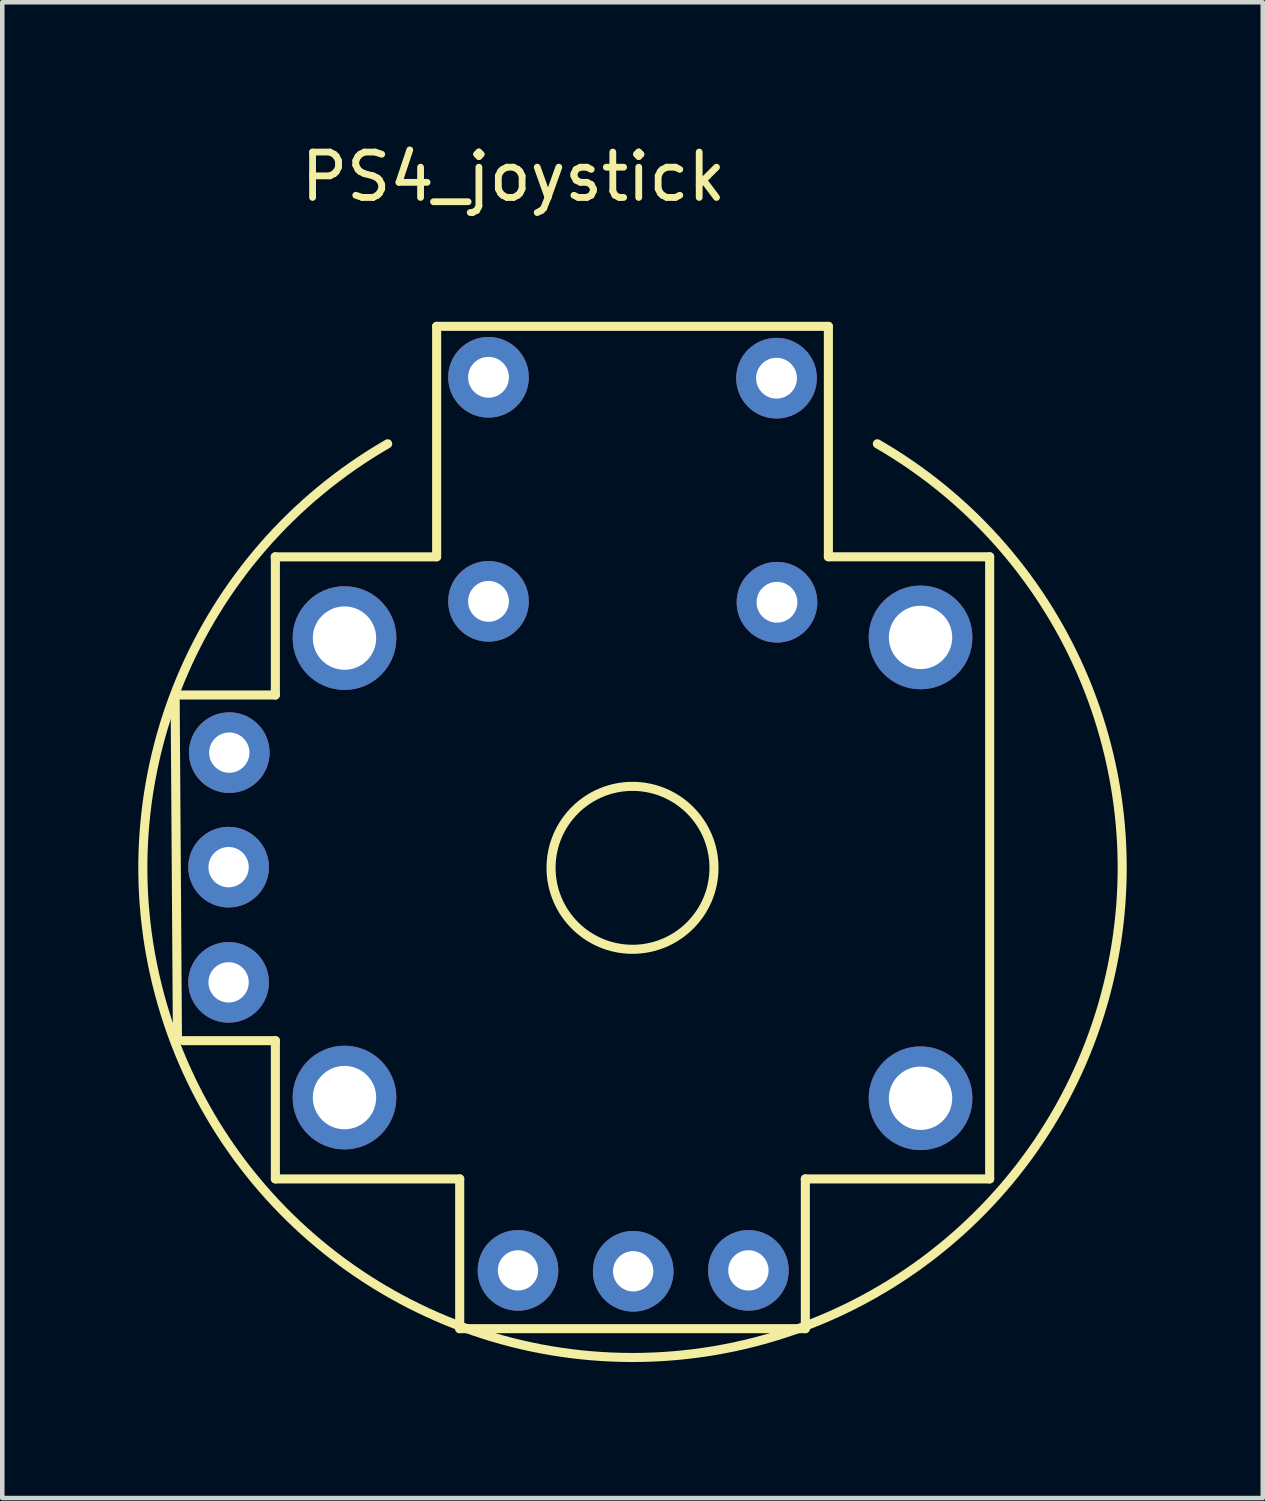
<source format=kicad_pcb>
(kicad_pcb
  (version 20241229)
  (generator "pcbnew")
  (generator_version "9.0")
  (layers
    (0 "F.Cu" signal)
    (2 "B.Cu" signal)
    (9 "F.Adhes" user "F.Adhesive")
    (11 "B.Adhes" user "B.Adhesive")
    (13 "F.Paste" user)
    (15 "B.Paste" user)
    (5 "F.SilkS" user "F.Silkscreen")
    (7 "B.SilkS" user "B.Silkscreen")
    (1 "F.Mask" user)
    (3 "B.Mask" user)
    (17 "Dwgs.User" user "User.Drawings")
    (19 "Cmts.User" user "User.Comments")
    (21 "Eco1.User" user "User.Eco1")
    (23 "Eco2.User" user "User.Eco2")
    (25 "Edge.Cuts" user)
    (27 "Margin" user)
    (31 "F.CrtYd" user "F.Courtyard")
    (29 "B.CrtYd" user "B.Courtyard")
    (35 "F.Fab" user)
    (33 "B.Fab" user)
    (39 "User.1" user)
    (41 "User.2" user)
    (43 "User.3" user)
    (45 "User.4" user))
  (footprint "PS4_joystick"
    (layer "F.Cu")
    (at 10.895 16.083)
    (property "Reference" "PS4_joystick" (at -2.625 -15.235 0) (layer "F.SilkS") (effects (font (size 1 1) (thickness 0.15))))
    (attr through_hole)
    (fp_line (start -10.084 -3.81) (end -7.874 -3.81) (stroke (width 0.2) (type solid)) (layer "F.SilkS"))
    (fp_line (start -10.033 3.81) (end -10.084 -3.81) (stroke (width 0.2) (type solid)) (layer "F.SilkS"))
    (fp_line (start -7.878 -6.856) (end -4.322 -6.856) (stroke (width 0.2) (type solid)) (layer "F.SilkS"))
    (fp_line (start -7.874 -3.81) (end -7.874 -6.858) (stroke (width 0.2) (type solid)) (layer "F.SilkS"))
    (fp_line (start -7.874 3.81) (end -9.906 3.81) (stroke (width 0.2) (type solid)) (layer "F.SilkS"))
    (fp_line (start -7.874 6.858) (end -7.874 3.81) (stroke (width 0.2) (type solid)) (layer "F.SilkS"))
    (fp_line (start -4.318 -11.938) (end -4.318 -6.858) (stroke (width 0.2) (type solid)) (layer "F.SilkS"))
    (fp_line (start -4.318 -11.938) (end 4.318 -11.938) (stroke (width 0.2) (type solid)) (layer "F.SilkS"))
    (fp_line (start -3.81 6.858) (end -7.874 6.858) (stroke (width 0.2) (type solid)) (layer "F.SilkS"))
    (fp_line (start -3.81 10.16) (end -3.81 6.858) (stroke (width 0.2) (type solid)) (layer "F.SilkS"))
    (fp_line (start 3.81 6.858) (end 3.81 10.16) (stroke (width 0.2) (type solid)) (layer "F.SilkS"))
    (fp_line (start 3.81 10.16) (end -3.81 10.16) (stroke (width 0.2) (type solid)) (layer "F.SilkS"))
    (fp_line (start 4.318 -11.938) (end 4.318 -6.858) (stroke (width 0.2) (type solid)) (layer "F.SilkS"))
    (fp_line (start 4.318 -6.858) (end 7.874 -6.858) (stroke (width 0.2) (type solid)) (layer "F.SilkS"))
    (fp_line (start 7.874 -6.858) (end 7.874 6.858) (stroke (width 0.2) (type solid)) (layer "F.SilkS"))
    (fp_line (start 7.874 6.858) (end 3.81 6.858) (stroke (width 0.2) (type solid)) (layer "F.SilkS"))
    (fp_arc (start 5.3975 -9.348749) (mid 0 10.794995) (end -5.3975 -9.348749) (stroke (width 0.2) (type solid)) (layer "F.SilkS"))
    (fp_circle (center 0 0) (end 1.796 0) (stroke (width 0.2) (type solid)) (fill no) (layer "F.SilkS"))
    (fp_line (start -9.906 3.81) (end -10.033 3.81) (stroke (width 0.2) (type solid)) (layer "Eco1.User"))
    (fp_line (start -4.318 -11.938) (end -4.318 -11.938) (stroke (width 0.2) (type solid)) (layer "Eco1.User"))
    (fp_circle (center -8.89 -2.54) (end -8.445 -2.54) (stroke (width 0.2) (type solid)) (fill no) (layer "Eco1.User"))
    (fp_circle (center -8.89 -2.54) (end -8.42 -2.54) (stroke (width 0.2) (type solid)) (fill no) (layer "Eco1.User"))
    (fp_circle (center -8.89 -2.54) (end -8.42 -2.54) (stroke (width 0.2) (type solid)) (fill no) (layer "Eco1.User"))
    (fp_circle (center -8.89 -2.54) (end -8.001 -2.54) (stroke (width 0.2) (type solid)) (fill no) (layer "Eco1.User"))
    (fp_circle (center -8.89 -2.54) (end -7.95 -2.54) (stroke (width 0.2) (type solid)) (fill no) (layer "Eco1.User"))
    (fp_circle (center -8.89 -2.54) (end -7.95 -2.54) (stroke (width 0.2) (type solid)) (fill no) (layer "Eco1.User"))
    (fp_circle (center -8.89 0) (end -8.445 0) (stroke (width 0.2) (type solid)) (fill no) (layer "Eco1.User"))
    (fp_circle (center -8.89 0) (end -8.42 0) (stroke (width 0.2) (type solid)) (fill no) (layer "Eco1.User"))
    (fp_circle (center -8.89 0) (end -8.42 0) (stroke (width 0.2) (type solid)) (fill no) (layer "Eco1.User"))
    (fp_circle (center -8.89 0) (end -8.001 0) (stroke (width 0.2) (type solid)) (fill no) (layer "Eco1.User"))
    (fp_circle (center -8.89 0) (end -7.95 0) (stroke (width 0.2) (type solid)) (fill no) (layer "Eco1.User"))
    (fp_circle (center -8.89 0) (end -7.95 0) (stroke (width 0.2) (type solid)) (fill no) (layer "Eco1.User"))
    (fp_circle (center -8.89 2.54) (end -8.445 2.54) (stroke (width 0.2) (type solid)) (fill no) (layer "Eco1.User"))
    (fp_circle (center -8.89 2.54) (end -8.42 2.54) (stroke (width 0.2) (type solid)) (fill no) (layer "Eco1.User"))
    (fp_circle (center -8.89 2.54) (end -8.42 2.54) (stroke (width 0.2) (type solid)) (fill no) (layer "Eco1.User"))
    (fp_circle (center -8.89 2.54) (end -8.001 2.54) (stroke (width 0.2) (type solid)) (fill no) (layer "Eco1.User"))
    (fp_circle (center -8.89 2.54) (end -7.95 2.54) (stroke (width 0.2) (type solid)) (fill no) (layer "Eco1.User"))
    (fp_circle (center -8.89 2.54) (end -7.95 2.54) (stroke (width 0.2) (type solid)) (fill no) (layer "Eco1.User"))
    (fp_circle (center -6.35 -5.08) (end -5.652 -5.08) (stroke (width 0.2) (type solid)) (fill no) (layer "Eco1.User"))
    (fp_circle (center -6.35 -5.08) (end -5.62 -5.08) (stroke (width 0.2) (type solid)) (fill no) (layer "Eco1.User"))
    (fp_circle (center -6.35 -5.08) (end -5.62 -5.08) (stroke (width 0.2) (type solid)) (fill no) (layer "Eco1.User"))
    (fp_circle (center -6.35 -5.08) (end -5.207 -5.08) (stroke (width 0.2) (type solid)) (fill no) (layer "Eco1.User"))
    (fp_circle (center -6.35 -5.08) (end -5.156 -5.08) (stroke (width 0.2) (type solid)) (fill no) (layer "Eco1.User"))
    (fp_circle (center -6.35 -5.08) (end -5.156 -5.08) (stroke (width 0.2) (type solid)) (fill no) (layer "Eco1.User"))
    (fp_circle (center -6.35 5.08) (end -5.652 5.08) (stroke (width 0.2) (type solid)) (fill no) (layer "Eco1.User"))
    (fp_circle (center -6.35 5.08) (end -5.62 5.08) (stroke (width 0.2) (type solid)) (fill no) (layer "Eco1.User"))
    (fp_circle (center -6.35 5.08) (end -5.62 5.08) (stroke (width 0.2) (type solid)) (fill no) (layer "Eco1.User"))
    (fp_circle (center -6.35 5.08) (end -5.207 5.08) (stroke (width 0.2) (type solid)) (fill no) (layer "Eco1.User"))
    (fp_circle (center -6.35 5.08) (end -5.156 5.08) (stroke (width 0.2) (type solid)) (fill no) (layer "Eco1.User"))
    (fp_circle (center -6.35 5.08) (end -5.156 5.08) (stroke (width 0.2) (type solid)) (fill no) (layer "Eco1.User"))
    (fp_circle (center -3.175 -10.795) (end -2.731 -10.795) (stroke (width 0.2) (type solid)) (fill no) (layer "Eco1.User"))
    (fp_circle (center -3.175 -10.795) (end -2.705 -10.795) (stroke (width 0.2) (type solid)) (fill no) (layer "Eco1.User"))
    (fp_circle (center -3.175 -10.795) (end -2.705 -10.795) (stroke (width 0.2) (type solid)) (fill no) (layer "Eco1.User"))
    (fp_circle (center -3.175 -10.795) (end -2.286 -10.795) (stroke (width 0.2) (type solid)) (fill no) (layer "Eco1.User"))
    (fp_circle (center -3.175 -10.795) (end -2.235 -10.795) (stroke (width 0.2) (type solid)) (fill no) (layer "Eco1.User"))
    (fp_circle (center -3.175 -10.795) (end -2.235 -10.795) (stroke (width 0.2) (type solid)) (fill no) (layer "Eco1.User"))
    (fp_circle (center -3.175 -5.842) (end -2.731 -5.842) (stroke (width 0.2) (type solid)) (fill no) (layer "Eco1.User"))
    (fp_circle (center -3.175 -5.842) (end -2.705 -5.842) (stroke (width 0.2) (type solid)) (fill no) (layer "Eco1.User"))
    (fp_circle (center -3.175 -5.842) (end -2.705 -5.842) (stroke (width 0.2) (type solid)) (fill no) (layer "Eco1.User"))
    (fp_circle (center -3.175 -5.842) (end -2.286 -5.842) (stroke (width 0.2) (type solid)) (fill no) (layer "Eco1.User"))
    (fp_circle (center -3.175 -5.842) (end -2.235 -5.842) (stroke (width 0.2) (type solid)) (fill no) (layer "Eco1.User"))
    (fp_circle (center -3.175 -5.842) (end -2.235 -5.842) (stroke (width 0.2) (type solid)) (fill no) (layer "Eco1.User"))
    (fp_circle (center -2.54 8.89) (end -2.095 8.89) (stroke (width 0.2) (type solid)) (fill no) (layer "Eco1.User"))
    (fp_circle (center -2.54 8.89) (end -2.07 8.89) (stroke (width 0.2) (type solid)) (fill no) (layer "Eco1.User"))
    (fp_circle (center -2.54 8.89) (end -2.07 8.89) (stroke (width 0.2) (type solid)) (fill no) (layer "Eco1.User"))
    (fp_circle (center -2.54 8.89) (end -1.651 8.89) (stroke (width 0.2) (type solid)) (fill no) (layer "Eco1.User"))
    (fp_circle (center -2.54 8.89) (end -1.6 8.89) (stroke (width 0.2) (type solid)) (fill no) (layer "Eco1.User"))
    (fp_circle (center -2.54 8.89) (end -1.6 8.89) (stroke (width 0.2) (type solid)) (fill no) (layer "Eco1.User"))
    (fp_circle (center 0 8.89) (end 0.445 8.89) (stroke (width 0.2) (type solid)) (fill no) (layer "Eco1.User"))
    (fp_circle (center 0 8.89) (end 0.47 8.89) (stroke (width 0.2) (type solid)) (fill no) (layer "Eco1.User"))
    (fp_circle (center 0 8.89) (end 0.47 8.89) (stroke (width 0.2) (type solid)) (fill no) (layer "Eco1.User"))
    (fp_circle (center 0 8.89) (end 0.889 8.89) (stroke (width 0.2) (type solid)) (fill no) (layer "Eco1.User"))
    (fp_circle (center 0 8.89) (end 0.94 8.89) (stroke (width 0.2) (type solid)) (fill no) (layer "Eco1.User"))
    (fp_circle (center 0 8.89) (end 0.94 8.89) (stroke (width 0.2) (type solid)) (fill no) (layer "Eco1.User"))
    (fp_circle (center 2.54 8.89) (end 2.985 8.89) (stroke (width 0.2) (type solid)) (fill no) (layer "Eco1.User"))
    (fp_circle (center 2.54 8.89) (end 3.01 8.89) (stroke (width 0.2) (type solid)) (fill no) (layer "Eco1.User"))
    (fp_circle (center 2.54 8.89) (end 3.01 8.89) (stroke (width 0.2) (type solid)) (fill no) (layer "Eco1.User"))
    (fp_circle (center 2.54 8.89) (end 3.429 8.89) (stroke (width 0.2) (type solid)) (fill no) (layer "Eco1.User"))
    (fp_circle (center 2.54 8.89) (end 3.48 8.89) (stroke (width 0.2) (type solid)) (fill no) (layer "Eco1.User"))
    (fp_circle (center 2.54 8.89) (end 3.48 8.89) (stroke (width 0.2) (type solid)) (fill no) (layer "Eco1.User"))
    (fp_circle (center 3.175 -10.795) (end 3.619 -10.795) (stroke (width 0.2) (type solid)) (fill no) (layer "Eco1.User"))
    (fp_circle (center 3.175 -10.795) (end 3.645 -10.795) (stroke (width 0.2) (type solid)) (fill no) (layer "Eco1.User"))
    (fp_circle (center 3.175 -10.795) (end 3.645 -10.795) (stroke (width 0.2) (type solid)) (fill no) (layer "Eco1.User"))
    (fp_circle (center 3.175 -10.795) (end 4.064 -10.795) (stroke (width 0.2) (type solid)) (fill no) (layer "Eco1.User"))
    (fp_circle (center 3.175 -10.795) (end 4.115 -10.795) (stroke (width 0.2) (type solid)) (fill no) (layer "Eco1.User"))
    (fp_circle (center 3.175 -10.795) (end 4.115 -10.795) (stroke (width 0.2) (type solid)) (fill no) (layer "Eco1.User"))
    (fp_circle (center 3.175 -5.842) (end 3.619 -5.842) (stroke (width 0.2) (type solid)) (fill no) (layer "Eco1.User"))
    (fp_circle (center 3.175 -5.842) (end 3.645 -5.842) (stroke (width 0.2) (type solid)) (fill no) (layer "Eco1.User"))
    (fp_circle (center 3.175 -5.842) (end 3.645 -5.842) (stroke (width 0.2) (type solid)) (fill no) (layer "Eco1.User"))
    (fp_circle (center 3.175 -5.842) (end 4.064 -5.842) (stroke (width 0.2) (type solid)) (fill no) (layer "Eco1.User"))
    (fp_circle (center 3.175 -5.842) (end 4.115 -5.842) (stroke (width 0.2) (type solid)) (fill no) (layer "Eco1.User"))
    (fp_circle (center 3.175 -5.842) (end 4.115 -5.842) (stroke (width 0.2) (type solid)) (fill no) (layer "Eco1.User"))
    (fp_circle (center 6.35 -5.08) (end 7.048 -5.08) (stroke (width 0.2) (type solid)) (fill no) (layer "Eco1.User"))
    (fp_circle (center 6.35 -5.08) (end 7.08 -5.08) (stroke (width 0.2) (type solid)) (fill no) (layer "Eco1.User"))
    (fp_circle (center 6.35 -5.08) (end 7.08 -5.08) (stroke (width 0.2) (type solid)) (fill no) (layer "Eco1.User"))
    (fp_circle (center 6.35 -5.08) (end 7.493 -5.08) (stroke (width 0.2) (type solid)) (fill no) (layer "Eco1.User"))
    (fp_circle (center 6.35 -5.08) (end 7.544 -5.08) (stroke (width 0.2) (type solid)) (fill no) (layer "Eco1.User"))
    (fp_circle (center 6.35 -5.08) (end 7.544 -5.08) (stroke (width 0.2) (type solid)) (fill no) (layer "Eco1.User"))
    (fp_circle (center 6.35 5.08) (end 7.048 5.08) (stroke (width 0.2) (type solid)) (fill no) (layer "Eco1.User"))
    (fp_circle (center 6.35 5.08) (end 7.08 5.08) (stroke (width 0.2) (type solid)) (fill no) (layer "Eco1.User"))
    (fp_circle (center 6.35 5.08) (end 7.08 5.08) (stroke (width 0.2) (type solid)) (fill no) (layer "Eco1.User"))
    (fp_circle (center 6.35 5.08) (end 7.493 5.08) (stroke (width 0.2) (type solid)) (fill no) (layer "Eco1.User"))
    (fp_circle (center 6.35 5.08) (end 7.544 5.08) (stroke (width 0.2) (type solid)) (fill no) (layer "Eco1.User"))
    (fp_circle (center 6.35 5.08) (end 7.544 5.08) (stroke (width 0.2) (type solid)) (fill no) (layer "Eco1.User"))
    (pad "B1A" thru_hole circle (at -3.175 -10.815) (size 1.778 1.778) (drill 0.9) (layers "*.Cu" "*.Mask"))
    (pad "B1B" thru_hole circle (at 3.175 -10.795) (size 1.778 1.778) (drill 0.9) (layers "*.Cu" "*.Mask"))
    (pad "B2A" thru_hole circle (at -3.175 -5.875) (size 1.778 1.778) (drill 0.9) (layers "*.Cu" "*.Mask"))
    (pad "B2B" thru_hole circle (at 3.185 -5.855) (size 1.778 1.778) (drill 0.9) (layers "*.Cu" "*.Mask"))
    (pad "H1" thru_hole circle (at 2.555 8.875) (size 1.778 1.778) (drill 0.889) (layers "*.Cu" "*.Mask"))
    (pad "H2" thru_hole circle (at 0.015 8.895) (size 1.778 1.778) (drill 0.889) (layers "*.Cu" "*.Mask"))
    (pad "H3" thru_hole circle (at -2.525 8.875) (size 1.778 1.778) (drill 0.889) (layers "*.Cu" "*.Mask"))
    (pad "S" thru_hole circle (at -6.35 -5.065) (size 2.286 2.286) (drill 1.397) (layers "*.Cu" "*.Mask"))
    (pad "S" thru_hole circle (at -6.35 5.065) (size 2.286 2.286) (drill 1.397) (layers "*.Cu" "*.Mask"))
    (pad "S" thru_hole circle (at 6.35 -5.08) (size 2.286 2.286) (drill 1.397) (layers "*.Cu" "*.Mask"))
    (pad "S" thru_hole circle (at 6.35 5.08) (size 2.286 2.286) (drill 1.397) (layers "*.Cu" "*.Mask"))
    (pad "V1" thru_hole circle (at -8.89 -2.54) (size 1.778 1.778) (drill 0.889) (layers "*.Cu" "*.Mask"))
    (pad "V2" thru_hole circle (at -8.905 -0.015) (size 1.778 1.778) (drill 0.889) (layers "*.Cu" "*.Mask"))
    (pad "V3" thru_hole circle (at -8.905 2.525) (size 1.778 1.778) (drill 0.889) (layers "*.Cu" "*.Mask")))
  (gr_rect
    (start -3 -3)
    (end 24.79 29.978)
    (stroke (width 0.1) (type default))
    (fill no)
    (layer "Edge.Cuts")))
</source>
